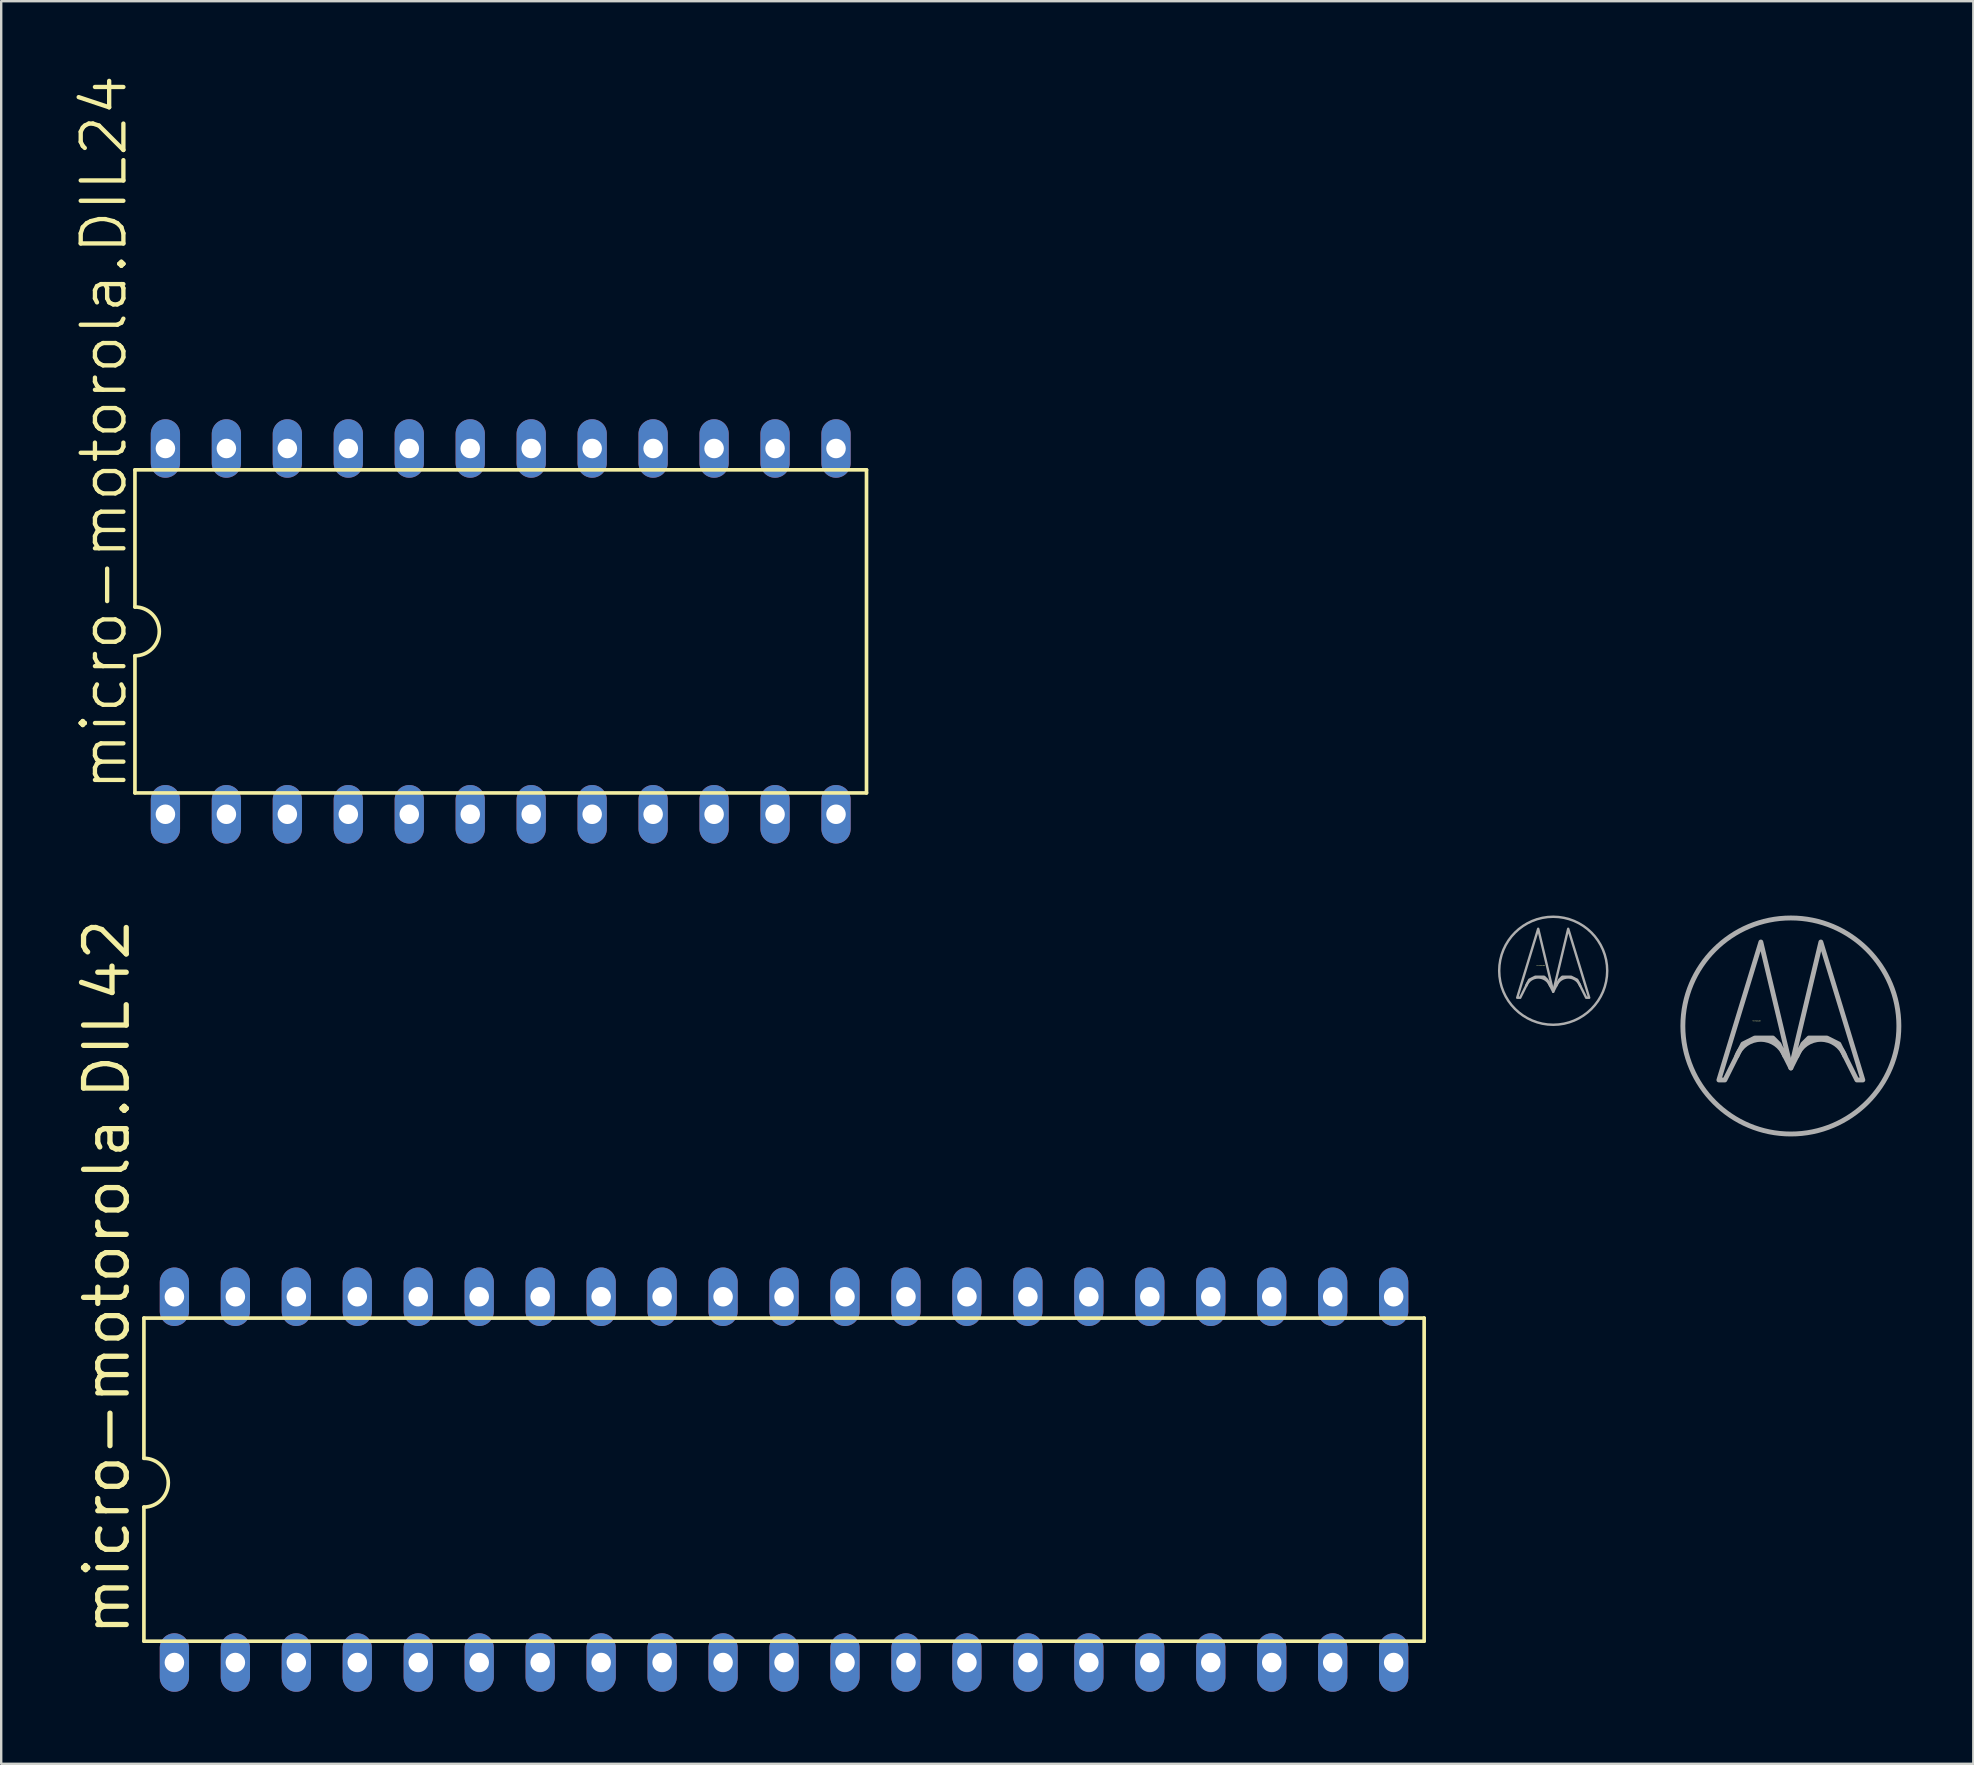
<source format=kicad_pcb>
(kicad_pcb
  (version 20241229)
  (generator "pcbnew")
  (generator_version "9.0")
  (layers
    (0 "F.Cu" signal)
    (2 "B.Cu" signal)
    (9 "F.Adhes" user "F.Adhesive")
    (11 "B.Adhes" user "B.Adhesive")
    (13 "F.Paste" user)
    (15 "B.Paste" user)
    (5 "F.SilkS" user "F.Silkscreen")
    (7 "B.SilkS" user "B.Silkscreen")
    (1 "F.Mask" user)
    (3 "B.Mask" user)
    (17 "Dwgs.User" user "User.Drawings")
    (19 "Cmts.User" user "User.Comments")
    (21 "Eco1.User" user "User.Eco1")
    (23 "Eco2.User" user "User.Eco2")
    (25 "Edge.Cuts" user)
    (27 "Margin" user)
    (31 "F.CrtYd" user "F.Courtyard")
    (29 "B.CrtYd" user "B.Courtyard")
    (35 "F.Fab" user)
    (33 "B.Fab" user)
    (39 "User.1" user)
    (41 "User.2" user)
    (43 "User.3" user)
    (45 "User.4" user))
  (footprint "micro-motorola.DIL42"
    (layer "F.Cu")
    (at 29.616 58.598)
    (property "Reference" "micro-motorola.DIL42" (at -27.178 6.604 90) (layer "F.SilkS") (effects (font (size 1.778 1.778) (thickness 0.22)) (justify left bottom)))
    (attr through_hole)
    (fp_line (start -26.67 -6.731) (end -26.67 -0.889) (stroke (width 0.152) (type default)) (layer "F.SilkS"))
    (fp_line (start -26.67 6.731) (end -26.67 1.143) (stroke (width 0.152) (type default)) (layer "F.SilkS"))
    (fp_line (start -26.67 6.731) (end 26.67 6.731) (stroke (width 0.152) (type default)) (layer "F.SilkS"))
    (fp_line (start 26.67 -6.731) (end -26.67 -6.731) (stroke (width 0.152) (type default)) (layer "F.SilkS"))
    (fp_line (start 26.67 -6.731) (end 26.67 6.731) (stroke (width 0.152) (type default)) (layer "F.SilkS"))
    (fp_arc (start -26.67 -0.889) (mid -25.654 0.127) (end -26.67 1.143) (stroke (width 0.1524) (type default)) (layer "F.SilkS"))
    (pad "1" thru_hole oval (at -25.4 7.62 90) (size 2.438 1.219) (drill 0.813) (layers "*.Cu" "*.Mask"))
    (pad "2" thru_hole oval (at -22.86 7.62 90) (size 2.438 1.219) (drill 0.813) (layers "*.Cu" "*.Mask"))
    (pad "3" thru_hole oval (at -20.32 7.62 90) (size 2.438 1.219) (drill 0.813) (layers "*.Cu" "*.Mask"))
    (pad "4" thru_hole oval (at -17.78 7.62 90) (size 2.438 1.219) (drill 0.813) (layers "*.Cu" "*.Mask"))
    (pad "5" thru_hole oval (at -15.24 7.62 90) (size 2.438 1.219) (drill 0.813) (layers "*.Cu" "*.Mask"))
    (pad "6" thru_hole oval (at -12.7 7.62 90) (size 2.438 1.219) (drill 0.813) (layers "*.Cu" "*.Mask"))
    (pad "7" thru_hole oval (at -10.16 7.62 90) (size 2.438 1.219) (drill 0.813) (layers "*.Cu" "*.Mask"))
    (pad "8" thru_hole oval (at -7.62 7.62 90) (size 2.438 1.219) (drill 0.813) (layers "*.Cu" "*.Mask"))
    (pad "9" thru_hole oval (at -5.08 7.62 90) (size 2.438 1.219) (drill 0.813) (layers "*.Cu" "*.Mask"))
    (pad "10" thru_hole oval (at -2.54 7.62 90) (size 2.438 1.219) (drill 0.813) (layers "*.Cu" "*.Mask"))
    (pad "11" thru_hole oval (at 0 7.62 90) (size 2.438 1.219) (drill 0.813) (layers "*.Cu" "*.Mask"))
    (pad "12" thru_hole oval (at 2.54 7.62 90) (size 2.438 1.219) (drill 0.813) (layers "*.Cu" "*.Mask"))
    (pad "13" thru_hole oval (at 5.08 7.62 90) (size 2.438 1.219) (drill 0.813) (layers "*.Cu" "*.Mask"))
    (pad "14" thru_hole oval (at 7.62 7.62 90) (size 2.438 1.219) (drill 0.813) (layers "*.Cu" "*.Mask"))
    (pad "15" thru_hole oval (at 10.16 7.62 90) (size 2.438 1.219) (drill 0.813) (layers "*.Cu" "*.Mask"))
    (pad "16" thru_hole oval (at 12.7 7.62 90) (size 2.438 1.219) (drill 0.813) (layers "*.Cu" "*.Mask"))
    (pad "17" thru_hole oval (at 15.24 7.62 90) (size 2.438 1.219) (drill 0.813) (layers "*.Cu" "*.Mask"))
    (pad "18" thru_hole oval (at 17.78 7.62 90) (size 2.438 1.219) (drill 0.813) (layers "*.Cu" "*.Mask"))
    (pad "19" thru_hole oval (at 20.32 7.62 90) (size 2.438 1.219) (drill 0.813) (layers "*.Cu" "*.Mask"))
    (pad "20" thru_hole oval (at 22.86 7.62 90) (size 2.438 1.219) (drill 0.813) (layers "*.Cu" "*.Mask"))
    (pad "21" thru_hole oval (at 25.4 7.62 90) (size 2.438 1.219) (drill 0.813) (layers "*.Cu" "*.Mask"))
    (pad "22" thru_hole oval (at 25.4 -7.62 90) (size 2.438 1.219) (drill 0.813) (layers "*.Cu" "*.Mask"))
    (pad "23" thru_hole oval (at 22.86 -7.62 90) (size 2.438 1.219) (drill 0.813) (layers "*.Cu" "*.Mask"))
    (pad "24" thru_hole oval (at 20.32 -7.62 90) (size 2.438 1.219) (drill 0.813) (layers "*.Cu" "*.Mask"))
    (pad "25" thru_hole oval (at 17.78 -7.62 90) (size 2.438 1.219) (drill 0.813) (layers "*.Cu" "*.Mask"))
    (pad "26" thru_hole oval (at 15.24 -7.62 90) (size 2.438 1.219) (drill 0.813) (layers "*.Cu" "*.Mask"))
    (pad "27" thru_hole oval (at 12.7 -7.62 90) (size 2.438 1.219) (drill 0.813) (layers "*.Cu" "*.Mask"))
    (pad "28" thru_hole oval (at 10.16 -7.62 90) (size 2.438 1.219) (drill 0.813) (layers "*.Cu" "*.Mask"))
    (pad "29" thru_hole oval (at 7.62 -7.62 90) (size 2.438 1.219) (drill 0.813) (layers "*.Cu" "*.Mask"))
    (pad "30" thru_hole oval (at 5.08 -7.62 90) (size 2.438 1.219) (drill 0.813) (layers "*.Cu" "*.Mask"))
    (pad "31" thru_hole oval (at 2.54 -7.62 90) (size 2.438 1.219) (drill 0.813) (layers "*.Cu" "*.Mask"))
    (pad "32" thru_hole oval (at 0 -7.62 90) (size 2.438 1.219) (drill 0.813) (layers "*.Cu" "*.Mask"))
    (pad "33" thru_hole oval (at -2.54 -7.62 90) (size 2.438 1.219) (drill 0.813) (layers "*.Cu" "*.Mask"))
    (pad "34" thru_hole oval (at -5.08 -7.62 90) (size 2.438 1.219) (drill 0.813) (layers "*.Cu" "*.Mask"))
    (pad "35" thru_hole oval (at -7.62 -7.62 90) (size 2.438 1.219) (drill 0.813) (layers "*.Cu" "*.Mask"))
    (pad "36" thru_hole oval (at -10.16 -7.62 90) (size 2.438 1.219) (drill 0.813) (layers "*.Cu" "*.Mask"))
    (pad "37" thru_hole oval (at -12.7 -7.62 90) (size 2.438 1.219) (drill 0.813) (layers "*.Cu" "*.Mask"))
    (pad "38" thru_hole oval (at -15.24 -7.62 90) (size 2.438 1.219) (drill 0.813) (layers "*.Cu" "*.Mask"))
    (pad "39" thru_hole oval (at -17.78 -7.62 90) (size 2.438 1.219) (drill 0.813) (layers "*.Cu" "*.Mask"))
    (pad "40" thru_hole oval (at -20.32 -7.62 90) (size 2.438 1.219) (drill 0.813) (layers "*.Cu" "*.Mask"))
    (pad "41" thru_hole oval (at -22.86 -7.62 90) (size 2.438 1.219) (drill 0.813) (layers "*.Cu" "*.Mask"))
    (pad "42" thru_hole oval (at -25.4 -7.62 90) (size 2.438 1.219) (drill 0.813) (layers "*.Cu" "*.Mask")))
  (footprint "micro-motorola.DIL24"
    (layer "F.Cu")
    (at 17.812 23.256)
    (property "Reference" "micro-motorola.DIL24" (at -15.494 6.731 90) (layer "F.SilkS") (effects (font (size 1.778 1.778) (thickness 0.18)) (justify left bottom)))
    (attr through_hole)
    (fp_line (start -15.24 -6.731) (end -15.24 -1.016) (stroke (width 0.152) (type default)) (layer "F.SilkS"))
    (fp_line (start -15.24 6.731) (end -15.24 1.016) (stroke (width 0.152) (type default)) (layer "F.SilkS"))
    (fp_line (start -15.24 6.731) (end 15.24 6.731) (stroke (width 0.152) (type default)) (layer "F.SilkS"))
    (fp_line (start 15.24 -6.731) (end -15.24 -6.731) (stroke (width 0.152) (type default)) (layer "F.SilkS"))
    (fp_line (start 15.24 -6.731) (end 15.24 6.731) (stroke (width 0.152) (type default)) (layer "F.SilkS"))
    (fp_arc (start -15.24 -1.016) (mid -14.224 0) (end -15.24 1.016) (stroke (width 0.1524) (type default)) (layer "F.SilkS"))
    (pad "1" thru_hole oval (at -13.97 7.62 90) (size 2.438 1.219) (drill 0.813) (layers "*.Cu" "*.Mask"))
    (pad "2" thru_hole oval (at -11.43 7.62 90) (size 2.438 1.219) (drill 0.813) (layers "*.Cu" "*.Mask"))
    (pad "3" thru_hole oval (at -8.89 7.62 90) (size 2.438 1.219) (drill 0.813) (layers "*.Cu" "*.Mask"))
    (pad "4" thru_hole oval (at -6.35 7.62 90) (size 2.438 1.219) (drill 0.813) (layers "*.Cu" "*.Mask"))
    (pad "5" thru_hole oval (at -3.81 7.62 90) (size 2.438 1.219) (drill 0.813) (layers "*.Cu" "*.Mask"))
    (pad "6" thru_hole oval (at -1.27 7.62 90) (size 2.438 1.219) (drill 0.813) (layers "*.Cu" "*.Mask"))
    (pad "7" thru_hole oval (at 1.27 7.62 90) (size 2.438 1.219) (drill 0.813) (layers "*.Cu" "*.Mask"))
    (pad "8" thru_hole oval (at 3.81 7.62 90) (size 2.438 1.219) (drill 0.813) (layers "*.Cu" "*.Mask"))
    (pad "9" thru_hole oval (at 6.35 7.62 90) (size 2.438 1.219) (drill 0.813) (layers "*.Cu" "*.Mask"))
    (pad "10" thru_hole oval (at 8.89 7.62 90) (size 2.438 1.219) (drill 0.813) (layers "*.Cu" "*.Mask"))
    (pad "11" thru_hole oval (at 11.43 7.62 90) (size 2.438 1.219) (drill 0.813) (layers "*.Cu" "*.Mask"))
    (pad "12" thru_hole oval (at 13.97 7.62 90) (size 2.438 1.219) (drill 0.813) (layers "*.Cu" "*.Mask"))
    (pad "13" thru_hole oval (at 13.97 -7.62 90) (size 2.438 1.219) (drill 0.813) (layers "*.Cu" "*.Mask"))
    (pad "14" thru_hole oval (at 11.43 -7.62 90) (size 2.438 1.219) (drill 0.813) (layers "*.Cu" "*.Mask"))
    (pad "15" thru_hole oval (at 8.89 -7.62 90) (size 2.438 1.219) (drill 0.813) (layers "*.Cu" "*.Mask"))
    (pad "16" thru_hole oval (at 6.35 -7.62 90) (size 2.438 1.219) (drill 0.813) (layers "*.Cu" "*.Mask"))
    (pad "17" thru_hole oval (at 3.81 -7.62 90) (size 2.438 1.219) (drill 0.813) (layers "*.Cu" "*.Mask"))
    (pad "18" thru_hole oval (at 1.27 -7.62 90) (size 2.438 1.219) (drill 0.813) (layers "*.Cu" "*.Mask"))
    (pad "19" thru_hole oval (at -1.27 -7.62 90) (size 2.438 1.219) (drill 0.813) (layers "*.Cu" "*.Mask"))
    (pad "20" thru_hole oval (at -3.81 -7.62 90) (size 2.438 1.219) (drill 0.813) (layers "*.Cu" "*.Mask"))
    (pad "21" thru_hole oval (at -6.35 -7.62 90) (size 2.438 1.219) (drill 0.813) (layers "*.Cu" "*.Mask"))
    (pad "22" thru_hole oval (at -8.89 -7.62 90) (size 2.438 1.219) (drill 0.813) (layers "*.Cu" "*.Mask"))
    (pad "23" thru_hole oval (at -11.43 -7.62 90) (size 2.438 1.219) (drill 0.813) (layers "*.Cu" "*.Mask"))
    (pad "24" thru_hole oval (at -13.97 -7.62 90) (size 2.438 1.219) (drill 0.813) (layers "*.Cu" "*.Mask")))
  (footprint "micro-motorola.LOGO"
    (layer "F.Cu")
    (at 71.565 39.697)
    (property "Reference" "micro-motorola.LOGO" (at -1.6 -0.2 0) (layer "F.SilkS") (effects (font (size 0.02 0.02)) (justify left bottom)))
    (fp_arc (start -2.25 1.25) (mid -1.25 0.557) (end -0.25 1.25) (stroke (width 0.2032) (type default)) (layer "F.Fab"))
    (fp_arc (start 0.25 1.25) (mid 1.25 0.557) (end 2.25 1.25) (stroke (width 0.2032) (type default)) (layer "F.Fab"))
    (fp_circle (center 0 0) (end 4.5 0) (stroke (width 0.203) (type default)) (fill no) (layer "F.Fab"))
    (fp_poly (pts (xy -3 2.25) (xy -1.25 -3.5) (xy 0 1.75) (xy -0.5 0.75) (xy -0.75 0.5) (xy -1.5 0.5) (xy -2 0.75) (xy -2.75 2.25)) (stroke (width 0.2) (type default)) (fill no) (layer "F.Fab"))
    (fp_poly (pts (xy 3 2.25) (xy 1.25 -3.5) (xy 0 1.75) (xy 0.5 0.75) (xy 0.75 0.5) (xy 1.5 0.5) (xy 2 0.75) (xy 2.75 2.25)) (stroke (width 0.2) (type default)) (fill no) (layer "F.Fab")))
  (footprint "micro-motorola.LOGO2"
    (layer "F.Cu")
    (at 61.663 37.396)
    (property "Reference" "micro-motorola.LOGO2" (at -0.7 -0.2 0) (layer "F.SilkS") (effects (font (size 0.02 0.02)) (justify left bottom)))
    (fp_arc (start -1.125 0.625) (mid -0.625 0.2785) (end -0.125 0.625) (stroke (width 0.1016) (type default)) (layer "F.Fab"))
    (fp_arc (start 0.125 0.625) (mid 0.625 0.2785) (end 1.125 0.625) (stroke (width 0.1016) (type default)) (layer "F.Fab"))
    (fp_circle (center 0 0) (end 2.25 0) (stroke (width 0.102) (type default)) (fill no) (layer "F.Fab"))
    (fp_poly (pts (xy -1.5 1.125) (xy -0.625 -1.75) (xy 0 0.875) (xy -0.25 0.375) (xy -0.375 0.25) (xy -0.75 0.25) (xy -1 0.375) (xy -1.375 1.125)) (stroke (width 0.1) (type default)) (fill no) (layer "F.Fab"))
    (fp_poly (pts (xy 1.5 1.125) (xy 0.625 -1.75) (xy 0 0.875) (xy 0.25 0.375) (xy 0.375 0.25) (xy 0.75 0.25) (xy 1 0.375) (xy 1.375 1.125)) (stroke (width 0.1) (type default)) (fill no) (layer "F.Fab")))
  (gr_rect
    (start -3 -3)
    (end 79.167 70.438)
    (stroke (width 0.1) (type default))
    (fill no)
    (layer "Edge.Cuts")))
</source>
